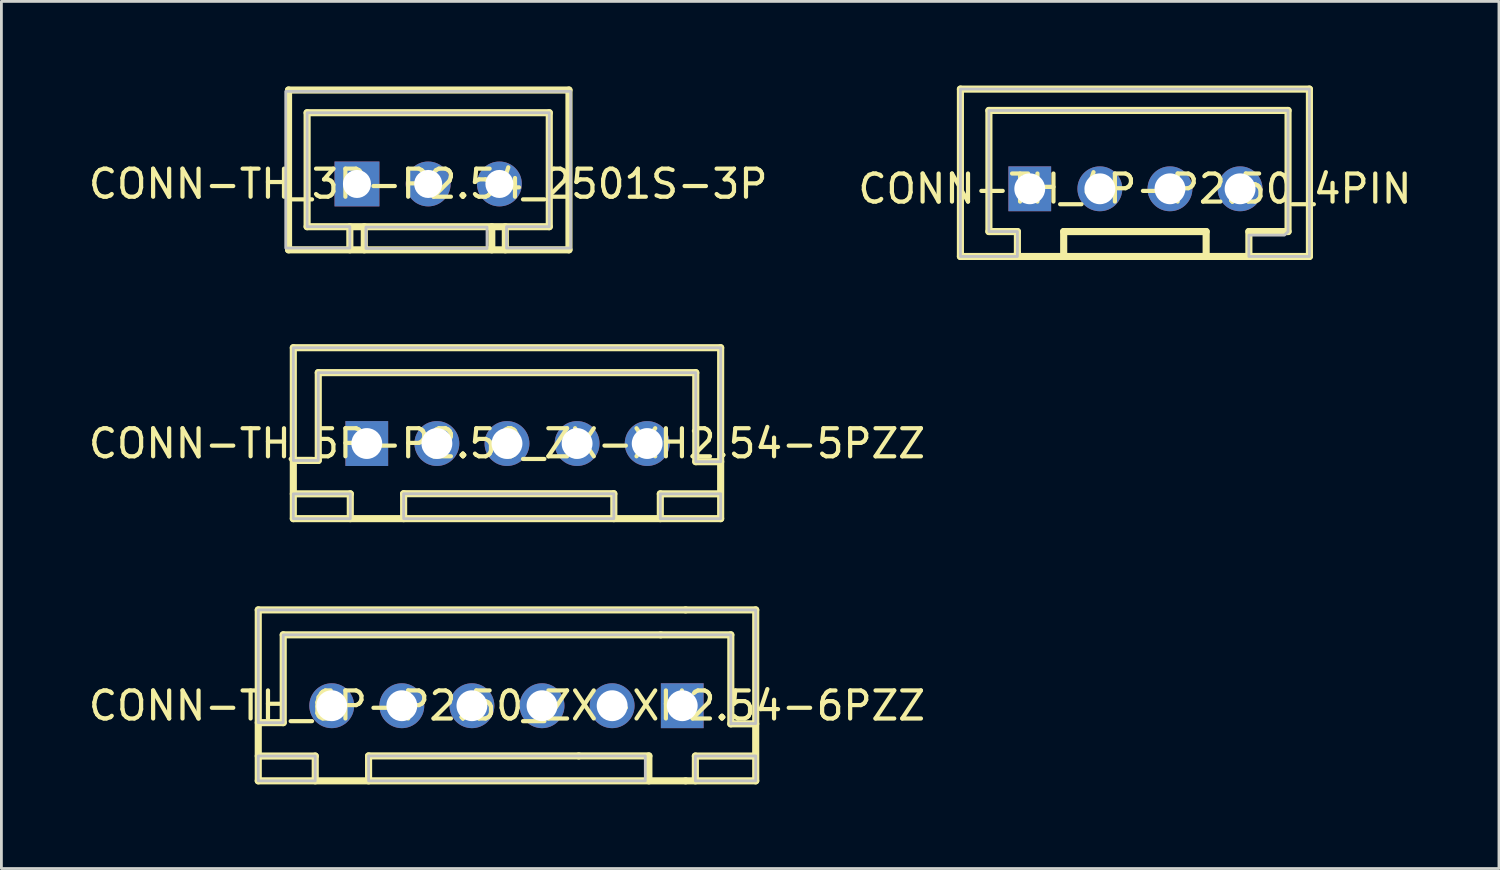
<source format=kicad_pcb>
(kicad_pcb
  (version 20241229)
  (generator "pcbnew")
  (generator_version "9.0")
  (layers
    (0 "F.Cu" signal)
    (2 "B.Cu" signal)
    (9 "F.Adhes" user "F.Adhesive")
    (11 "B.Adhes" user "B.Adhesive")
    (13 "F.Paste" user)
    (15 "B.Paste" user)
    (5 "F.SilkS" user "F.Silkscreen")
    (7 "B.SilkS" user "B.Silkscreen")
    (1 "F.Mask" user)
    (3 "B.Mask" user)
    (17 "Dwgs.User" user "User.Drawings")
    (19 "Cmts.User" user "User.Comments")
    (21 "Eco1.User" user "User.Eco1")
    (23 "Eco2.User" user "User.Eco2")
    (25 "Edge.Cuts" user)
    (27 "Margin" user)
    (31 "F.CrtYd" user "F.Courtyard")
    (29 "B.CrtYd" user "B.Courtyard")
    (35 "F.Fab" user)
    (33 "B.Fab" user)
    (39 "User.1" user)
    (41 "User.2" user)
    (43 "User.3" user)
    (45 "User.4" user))
  (footprint "CONN-TH_3P-P2.54_2501S-3P"
    (layer "F.Cu")
    (at 12.22 3.51)
    (property "Reference" "CONN-TH_3P-P2.54_2501S-3P" (at 0 0 0) (layer "F.SilkS") (effects (font (size 1 1) (thickness 0.15))))
    (fp_line (start -4.98 -3.35) (end 5.02 -3.35) (stroke (width 0.254) (type default)) (layer "F.SilkS"))
    (fp_line (start -4.98 2.349) (end -4.98 -3.35) (stroke (width 0.254) (type default)) (layer "F.SilkS"))
    (fp_line (start -4.318 -2.54) (end -4.318 1.524) (stroke (width 0.254) (type default)) (layer "F.SilkS"))
    (fp_line (start -4.318 1.524) (end 4.318 1.524) (stroke (width 0.254) (type default)) (layer "F.SilkS"))
    (fp_line (start -2.794 1.524) (end -2.794 2.349) (stroke (width 0.254) (type default)) (layer "F.SilkS"))
    (fp_line (start -2.279 1.524) (end -2.279 2.349) (stroke (width 0.254) (type default)) (layer "F.SilkS"))
    (fp_line (start 2.268 1.524) (end 2.268 2.349) (stroke (width 0.254) (type default)) (layer "F.SilkS"))
    (fp_line (start 2.751 1.524) (end 2.751 2.349) (stroke (width 0.254) (type default)) (layer "F.SilkS"))
    (fp_line (start 4.318 -2.54) (end -4.318 -2.54) (stroke (width 0.254) (type default)) (layer "F.SilkS"))
    (fp_line (start 4.318 1.524) (end 4.318 -2.54) (stroke (width 0.254) (type default)) (layer "F.SilkS"))
    (fp_line (start 5.02 -3.35) (end 5.02 2.349) (stroke (width 0.254) (type default)) (layer "F.SilkS"))
    (fp_line (start 5.02 2.349) (end -4.98 2.349) (stroke (width 0.254) (type default)) (layer "F.SilkS"))
    (fp_poly (pts (xy -2.22 2.3) (xy 2.098 2.3) (xy 2.098 1.538) (xy -2.22 1.538)) (stroke (width 0.1) (type default)) (fill no) (layer "Dwgs.User"))
    (fp_poly (pts (xy 2.794 2.286) (xy 2.794 1.524) (xy 4.318 1.524) (xy 4.318 -2.54) (xy -4.318 -2.54) (xy -4.318 1.524) (xy -2.794 1.524) (xy -2.794 2.286) (xy -5.08 2.286) (xy -5.08 -3.302) (xy 5.08 -3.302) (xy 5.08 2.286)) (stroke (width 0.1) (type default)) (fill no) (layer "Dwgs.User"))
    (fp_poly (pts (xy -2.865 -0.325) (xy -2.215 -0.325) (xy -2.215 0.325) (xy -2.865 0.325)) (stroke (width 0.1) (type default)) (fill no) (layer "User.1"))
    (fp_poly (pts (xy -0.325 -0.325) (xy 0.325 -0.325) (xy 0.325 0.325) (xy -0.325 0.325)) (stroke (width 0.1) (type default)) (fill no) (layer "User.1"))
    (fp_poly (pts (xy 2.215 -0.325) (xy 2.865 -0.325) (xy 2.865 0.325) (xy 2.215 0.325)) (stroke (width 0.1) (type default)) (fill no) (layer "User.1"))
    (fp_line (start -5 -3.4) (end 5 -3.4) (stroke (width 0.051) (type default)) (layer "User.2"))
    (fp_line (start -5 2.5) (end -5 -3.4) (stroke (width 0.051) (type default)) (layer "User.2"))
    (fp_line (start 5 -3.4) (end 5 2.5) (stroke (width 0.051) (type default)) (layer "User.2"))
    (fp_line (start 5 2.5) (end -5 2.5) (stroke (width 0.051) (type default)) (layer "User.2"))
    (fp_poly (pts (xy -4.94 -3.4) (xy -4.958 -3.442) (xy -5 -3.46) (xy -5.042 -3.442) (xy -5.06 -3.4) (xy -5.042 -3.358) (xy -5 -3.34) (xy -4.958 -3.358)) (stroke (width 0.1) (type default)) (fill no) (layer "User.3"))
    (pad "1" thru_hole rect (at -2.54 0) (size 1.6 1.6) (drill 1) (layers "*.Cu" "*.Mask"))
    (pad "2" thru_hole circle (at 0 0) (size 1.6 1.6) (drill 1) (layers "*.Cu" "*.Mask"))
    (pad "3" thru_hole circle (at 2.54 0) (size 1.6 1.6) (drill 1) (layers "*.Cu" "*.Mask")))
  (footprint "CONN-TH_5P-P2.50_ZX-XH2.54-5PZZ"
    (layer "F.Cu")
    (at 15.03 12.767)
    (property "Reference" "CONN-TH_5P-P2.50_ZX-XH2.54-5PZZ" (at 0 0 0) (layer "F.SilkS") (effects (font (size 1 1) (thickness 0.15))))
    (fp_line (start -7.62 -3.417) (end 7.62 -3.417) (stroke (width 0.254) (type default)) (layer "F.SilkS"))
    (fp_line (start -7.62 1.794) (end -5.588 1.794) (stroke (width 0.254) (type default)) (layer "F.SilkS"))
    (fp_line (start -7.62 2.679) (end -7.62 -3.417) (stroke (width 0.254) (type default)) (layer "F.SilkS"))
    (fp_line (start -7.619 0.604) (end -6.73 0.604) (stroke (width 0.254) (type default)) (layer "F.SilkS"))
    (fp_line (start -6.73 -2.528) (end 6.732 -2.528) (stroke (width 0.254) (type default)) (layer "F.SilkS"))
    (fp_line (start -6.73 0.604) (end -6.73 -2.528) (stroke (width 0.254) (type default)) (layer "F.SilkS"))
    (fp_line (start -5.588 1.794) (end -5.588 2.679) (stroke (width 0.254) (type default)) (layer "F.SilkS"))
    (fp_line (start -3.686 1.79) (end 3.81 1.79) (stroke (width 0.254) (type default)) (layer "F.SilkS"))
    (fp_line (start -3.686 2.679) (end -3.686 1.79) (stroke (width 0.254) (type default)) (layer "F.SilkS"))
    (fp_line (start 3.81 1.79) (end 3.81 2.679) (stroke (width 0.254) (type default)) (layer "F.SilkS"))
    (fp_line (start 5.468 1.794) (end 5.468 2.679) (stroke (width 0.254) (type default)) (layer "F.SilkS"))
    (fp_line (start 6.732 -2.528) (end 6.732 0.647) (stroke (width 0.254) (type default)) (layer "F.SilkS"))
    (fp_line (start 6.732 0.647) (end 7.621 0.647) (stroke (width 0.254) (type default)) (layer "F.SilkS"))
    (fp_line (start 7.5 1.794) (end 5.468 1.794) (stroke (width 0.254) (type default)) (layer "F.SilkS"))
    (fp_line (start 7.62 -3.417) (end 7.62 2.679) (stroke (width 0.254) (type default)) (layer "F.SilkS"))
    (fp_line (start 7.62 2.679) (end -7.62 2.679) (stroke (width 0.254) (type default)) (layer "F.SilkS"))
    (fp_poly (pts (xy -7.62 1.794) (xy -5.588 1.794) (xy -5.588 2.679) (xy -7.62 2.679)) (stroke (width 0.1) (type default)) (fill no) (layer "Dwgs.User"))
    (fp_poly (pts (xy -3.686 1.79) (xy -3.686 2.676) (xy -3.683 2.679) (xy 3.81 2.679) (xy 3.81 1.79)) (stroke (width 0.1) (type default)) (fill no) (layer "Dwgs.User"))
    (fp_poly (pts (xy 5.468 1.794) (xy 5.468 2.679) (xy 7.62 2.679) (xy 7.62 1.913) (xy 7.62 1.79) (xy 7.5 1.794)) (stroke (width 0.1) (type default)) (fill no) (layer "Dwgs.User"))
    (fp_poly (pts (xy -7.619 0.604) (xy -6.73 0.604) (xy -6.73 -2.528) (xy 6.732 -2.528) (xy 6.732 0.647) (xy 7.621 0.647) (xy 7.621 -3.416) (xy 7.62 -3.417) (xy -7.62 -3.417)) (stroke (width 0.1) (type default)) (fill no) (layer "Dwgs.User"))
    (fp_poly (pts (xy -5.32 -0.32) (xy -4.68 -0.32) (xy -4.68 0.32) (xy -5.32 0.32)) (stroke (width 0.1) (type default)) (fill no) (layer "User.1"))
    (fp_poly (pts (xy -2.82 -0.32) (xy -2.18 -0.32) (xy -2.18 0.32) (xy -2.82 0.32)) (stroke (width 0.1) (type default)) (fill no) (layer "User.1"))
    (fp_poly (pts (xy -0.32 -0.32) (xy 0.32 -0.32) (xy 0.32 0.32) (xy -0.32 0.32)) (stroke (width 0.1) (type default)) (fill no) (layer "User.1"))
    (fp_poly (pts (xy 2.18 -0.32) (xy 2.82 -0.32) (xy 2.82 0.32) (xy 2.18 0.32)) (stroke (width 0.1) (type default)) (fill no) (layer "User.1"))
    (fp_poly (pts (xy 4.68 -0.32) (xy 5.32 -0.32) (xy 5.32 0.32) (xy 4.68 0.32)) (stroke (width 0.1) (type default)) (fill no) (layer "User.1"))
    (fp_line (start -7.5 -3.35) (end 7.5 -3.35) (stroke (width 0.051) (type default)) (layer "User.2"))
    (fp_line (start -7.5 2.55) (end -7.5 -3.35) (stroke (width 0.051) (type default)) (layer "User.2"))
    (fp_line (start 7.5 -3.35) (end 7.5 2.55) (stroke (width 0.051) (type default)) (layer "User.2"))
    (fp_line (start 7.5 2.55) (end -7.5 2.55) (stroke (width 0.051) (type default)) (layer "User.2"))
    (fp_poly (pts (xy -7.44 2.55) (xy -7.458 2.508) (xy -7.5 2.49) (xy -7.542 2.508) (xy -7.56 2.55) (xy -7.542 2.592) (xy -7.5 2.61) (xy -7.458 2.592)) (stroke (width 0.1) (type default)) (fill no) (layer "User.3"))
    (pad "1" thru_hole rect (at -5 0) (size 1.524 1.6) (drill 1.1) (layers "*.Cu" "*.Mask"))
    (pad "2" thru_hole circle (at -2.5 0) (size 1.6 1.6) (drill 1.1) (layers "*.Cu" "*.Mask"))
    (pad "3" thru_hole circle (at 0 0) (size 1.6 1.6) (drill 1.1) (layers "*.Cu" "*.Mask"))
    (pad "4" thru_hole circle (at 2.5 0) (size 1.6 1.6) (drill 1.1) (layers "*.Cu" "*.Mask"))
    (pad "5" thru_hole circle (at 5 0) (size 1.6 1.6) (drill 1.1) (layers "*.Cu" "*.Mask")))
  (footprint "CONN-TH_6P-P2.50_ZX-XH2.54-6PZZ"
    (layer "F.Cu")
    (at 15.03 22.117)
    (property "Reference" "CONN-TH_6P-P2.50_ZX-XH2.54-6PZZ" (at 0 0 0) (layer "F.SilkS") (effects (font (size 1 1) (thickness 0.15))))
    (fp_line (start -8.87 -3.417) (end 6.37 -3.417) (stroke (width 0.254) (type default)) (layer "F.SilkS"))
    (fp_line (start -8.87 1.794) (end -6.838 1.794) (stroke (width 0.254) (type default)) (layer "F.SilkS"))
    (fp_line (start -8.87 2.679) (end -8.87 -3.417) (stroke (width 0.254) (type default)) (layer "F.SilkS"))
    (fp_line (start -8.869 0.604) (end -7.98 0.604) (stroke (width 0.254) (type default)) (layer "F.SilkS"))
    (fp_line (start -7.98 -2.528) (end 5.482 -2.528) (stroke (width 0.254) (type default)) (layer "F.SilkS"))
    (fp_line (start -7.98 0.604) (end -7.98 -2.528) (stroke (width 0.254) (type default)) (layer "F.SilkS"))
    (fp_line (start -6.838 1.794) (end -6.838 2.679) (stroke (width 0.254) (type default)) (layer "F.SilkS"))
    (fp_line (start -4.936 1.79) (end 2.56 1.79) (stroke (width 0.254) (type default)) (layer "F.SilkS"))
    (fp_line (start -4.936 2.679) (end -4.936 1.79) (stroke (width 0.254) (type default)) (layer "F.SilkS"))
    (fp_line (start 2.56 1.79) (end 5.06 1.79) (stroke (width 0.254) (type default)) (layer "F.SilkS"))
    (fp_line (start 5.06 1.79) (end 5.06 2.679) (stroke (width 0.254) (type default)) (layer "F.SilkS"))
    (fp_line (start 5.482 -2.528) (end 7.982 -2.528) (stroke (width 0.254) (type default)) (layer "F.SilkS"))
    (fp_line (start 6.37 -3.417) (end 8.87 -3.417) (stroke (width 0.254) (type default)) (layer "F.SilkS"))
    (fp_line (start 6.37 2.679) (end -8.87 2.679) (stroke (width 0.254) (type default)) (layer "F.SilkS"))
    (fp_line (start 6.37 2.679) (end 8.87 2.679) (stroke (width 0.254) (type default)) (layer "F.SilkS"))
    (fp_line (start 6.718 1.794) (end 6.718 2.679) (stroke (width 0.254) (type default)) (layer "F.SilkS"))
    (fp_line (start 7.982 -2.528) (end 7.982 0.647) (stroke (width 0.254) (type default)) (layer "F.SilkS"))
    (fp_line (start 7.982 0.647) (end 8.871 0.647) (stroke (width 0.254) (type default)) (layer "F.SilkS"))
    (fp_line (start 8.75 1.794) (end 6.718 1.794) (stroke (width 0.254) (type default)) (layer "F.SilkS"))
    (fp_line (start 8.87 -3.417) (end 8.87 2.679) (stroke (width 0.254) (type default)) (layer "F.SilkS"))
    (fp_poly (pts (xy -8.87 1.794) (xy -6.838 1.794) (xy -6.838 2.679) (xy -8.87 2.679)) (stroke (width 0.1) (type default)) (fill no) (layer "Dwgs.User"))
    (fp_poly (pts (xy -4.936 1.79) (xy -4.936 2.676) (xy -4.933 2.679) (xy 4.933 2.679) (xy 4.933 1.79)) (stroke (width 0.1) (type default)) (fill no) (layer "Dwgs.User"))
    (fp_poly (pts (xy 6.718 1.794) (xy 6.718 2.679) (xy 8.87 2.679) (xy 8.87 1.913) (xy 8.87 1.79) (xy 8.75 1.794)) (stroke (width 0.1) (type default)) (fill no) (layer "Dwgs.User"))
    (fp_poly (pts (xy 8.87 0.635) (xy 7.994 0.635) (xy 7.982 0.647) (xy 7.982 -2.528) (xy -7.98 -2.528) (xy -7.98 0.604) (xy -8.869 0.604) (xy -8.869 -3.416) (xy -8.87 -3.417) (xy 8.87 -3.417)) (stroke (width 0.1) (type default)) (fill no) (layer "Dwgs.User"))
    (fp_poly (pts (xy -6.57 -0.32) (xy -5.93 -0.32) (xy -5.93 0.32) (xy -6.57 0.32)) (stroke (width 0.1) (type default)) (fill no) (layer "User.1"))
    (fp_poly (pts (xy -4.07 -0.32) (xy -3.43 -0.32) (xy -3.43 0.32) (xy -4.07 0.32)) (stroke (width 0.1) (type default)) (fill no) (layer "User.1"))
    (fp_poly (pts (xy -1.57 -0.32) (xy -0.93 -0.32) (xy -0.93 0.32) (xy -1.57 0.32)) (stroke (width 0.1) (type default)) (fill no) (layer "User.1"))
    (fp_poly (pts (xy 0.93 -0.32) (xy 1.57 -0.32) (xy 1.57 0.32) (xy 0.93 0.32)) (stroke (width 0.1) (type default)) (fill no) (layer "User.1"))
    (fp_poly (pts (xy 3.43 -0.32) (xy 4.07 -0.32) (xy 4.07 0.32) (xy 3.43 0.32)) (stroke (width 0.1) (type default)) (fill no) (layer "User.1"))
    (fp_poly (pts (xy 5.93 -0.32) (xy 6.57 -0.32) (xy 6.57 0.32) (xy 5.93 0.32)) (stroke (width 0.1) (type default)) (fill no) (layer "User.1"))
    (fp_line (start -8.75 -3.35) (end 8.75 -3.35) (stroke (width 0.051) (type default)) (layer "User.2"))
    (fp_line (start -8.75 2.55) (end -8.75 -3.35) (stroke (width 0.051) (type default)) (layer "User.2"))
    (fp_line (start 8.75 -3.35) (end 8.75 2.55) (stroke (width 0.051) (type default)) (layer "User.2"))
    (fp_line (start 8.75 2.55) (end -8.75 2.55) (stroke (width 0.051) (type default)) (layer "User.2"))
    (fp_poly (pts (xy -8.69 2.55) (xy -8.708 2.508) (xy -8.75 2.49) (xy -8.792 2.508) (xy -8.81 2.55) (xy -8.792 2.592) (xy -8.75 2.61) (xy -8.708 2.592)) (stroke (width 0.1) (type default)) (fill no) (layer "User.3"))
    (pad "1" thru_hole rect (at 6.25 0) (size 1.524 1.6) (drill 1.1) (layers "*.Cu" "*.Mask"))
    (pad "2" thru_hole circle (at 3.75 0) (size 1.6 1.6) (drill 1.1) (layers "*.Cu" "*.Mask"))
    (pad "3" thru_hole circle (at 1.25 0) (size 1.6 1.6) (drill 1.1) (layers "*.Cu" "*.Mask"))
    (pad "4" thru_hole circle (at -1.25 0) (size 1.6 1.6) (drill 1.1) (layers "*.Cu" "*.Mask"))
    (pad "5" thru_hole circle (at -3.75 0) (size 1.6 1.6) (drill 1.1) (layers "*.Cu" "*.Mask"))
    (pad "6" thru_hole circle (at -6.25 0) (size 1.6 1.6) (drill 1.1) (layers "*.Cu" "*.Mask")))
  (footprint "CONN-TH_4P-P2.50_4PIN"
    (layer "F.Cu")
    (at 37.423 3.683)
    (property "Reference" "CONN-TH_4P-P2.50_4PIN" (at 0 0 0) (layer "F.SilkS") (effects (font (size 1 1) (thickness 0.15))))
    (fp_line (start -6.223 -3.556) (end 6.223 -3.556) (stroke (width 0.254) (type default)) (layer "F.SilkS"))
    (fp_line (start -6.223 2.413) (end -6.223 -3.556) (stroke (width 0.254) (type default)) (layer "F.SilkS"))
    (fp_line (start -5.207 -2.794) (end -5.207 1.524) (stroke (width 0.254) (type default)) (layer "F.SilkS"))
    (fp_line (start -5.207 1.524) (end -4.191 1.524) (stroke (width 0.254) (type default)) (layer "F.SilkS"))
    (fp_line (start -4.191 1.524) (end -4.191 2.286) (stroke (width 0.254) (type default)) (layer "F.SilkS"))
    (fp_line (start -4.191 2.286) (end -4.191 2.413) (stroke (width 0.254) (type default)) (layer "F.SilkS"))
    (fp_line (start -2.54 1.524) (end 2.54 1.524) (stroke (width 0.254) (type default)) (layer "F.SilkS"))
    (fp_line (start -2.54 2.413) (end -2.54 1.524) (stroke (width 0.254) (type default)) (layer "F.SilkS"))
    (fp_line (start 2.54 1.524) (end 2.54 2.413) (stroke (width 0.254) (type default)) (layer "F.SilkS"))
    (fp_line (start 4.064 1.524) (end 5.461 1.524) (stroke (width 0.254) (type default)) (layer "F.SilkS"))
    (fp_line (start 4.064 2.286) (end 4.064 1.524) (stroke (width 0.254) (type default)) (layer "F.SilkS"))
    (fp_line (start 5.461 -2.794) (end -5.207 -2.794) (stroke (width 0.254) (type default)) (layer "F.SilkS"))
    (fp_line (start 5.461 1.524) (end 5.461 -2.794) (stroke (width 0.254) (type default)) (layer "F.SilkS"))
    (fp_line (start 6.223 -3.556) (end 6.223 2.413) (stroke (width 0.254) (type default)) (layer "F.SilkS"))
    (fp_line (start 6.223 2.413) (end -6.223 2.413) (stroke (width 0.254) (type default)) (layer "F.SilkS"))
    (fp_poly (pts (xy 4.064 2.413) (xy 4.064 1.651) (xy 5.334 1.651) (xy 5.461 1.524) (xy 5.461 -2.794) (xy -5.207 -2.794) (xy -5.207 1.524) (xy -4.191 1.524) (xy -4.191 2.413) (xy -6.223 2.413) (xy -6.223 -3.556) (xy 6.223 -3.556) (xy 6.223 2.413)) (stroke (width 0.1) (type default)) (fill no) (layer "Dwgs.User"))
    (fp_poly (pts (xy -4.07 -0.32) (xy -3.43 -0.32) (xy -3.43 0.32) (xy -4.07 0.32)) (stroke (width 0.1) (type default)) (fill no) (layer "User.1"))
    (fp_poly (pts (xy -1.57 -0.32) (xy -0.93 -0.32) (xy -0.93 0.32) (xy -1.57 0.32)) (stroke (width 0.1) (type default)) (fill no) (layer "User.1"))
    (fp_poly (pts (xy 0.93 -0.32) (xy 1.57 -0.32) (xy 1.57 0.32) (xy 0.93 0.32)) (stroke (width 0.1) (type default)) (fill no) (layer "User.1"))
    (fp_poly (pts (xy 3.43 -0.32) (xy 4.07 -0.32) (xy 4.07 0.32) (xy 3.43 0.32)) (stroke (width 0.1) (type default)) (fill no) (layer "User.1"))
    (fp_line (start -6.25 -3.5) (end 6.25 -3.5) (stroke (width 0.051) (type default)) (layer "User.2"))
    (fp_line (start -6.25 2.4) (end -6.25 -3.5) (stroke (width 0.051) (type default)) (layer "User.2"))
    (fp_line (start 6.25 -3.5) (end 6.25 2.4) (stroke (width 0.051) (type default)) (layer "User.2"))
    (fp_line (start 6.25 2.4) (end -6.25 2.4) (stroke (width 0.051) (type default)) (layer "User.2"))
    (fp_poly (pts (xy -6.19 2.4) (xy -6.208 2.358) (xy -6.25 2.34) (xy -6.292 2.358) (xy -6.31 2.4) (xy -6.292 2.442) (xy -6.25 2.46) (xy -6.208 2.442)) (stroke (width 0.1) (type default)) (fill no) (layer "User.3"))
    (pad "1" thru_hole rect (at -3.75 0) (size 1.524 1.6) (drill 1.1) (layers "*.Cu" "*.Mask"))
    (pad "2" thru_hole circle (at -1.25 0) (size 1.6 1.6) (drill 1.1) (layers "*.Cu" "*.Mask"))
    (pad "3" thru_hole circle (at 1.25 0) (size 1.6 1.6) (drill 1.1) (layers "*.Cu" "*.Mask"))
    (pad "4" thru_hole circle (at 3.75 0) (size 1.6 1.6) (drill 1.1) (layers "*.Cu" "*.Mask")))
  (gr_rect
    (start -3 -3)
    (end 50.405 27.923)
    (stroke (width 0.1) (type default))
    (fill no)
    (layer "Edge.Cuts")))
</source>
